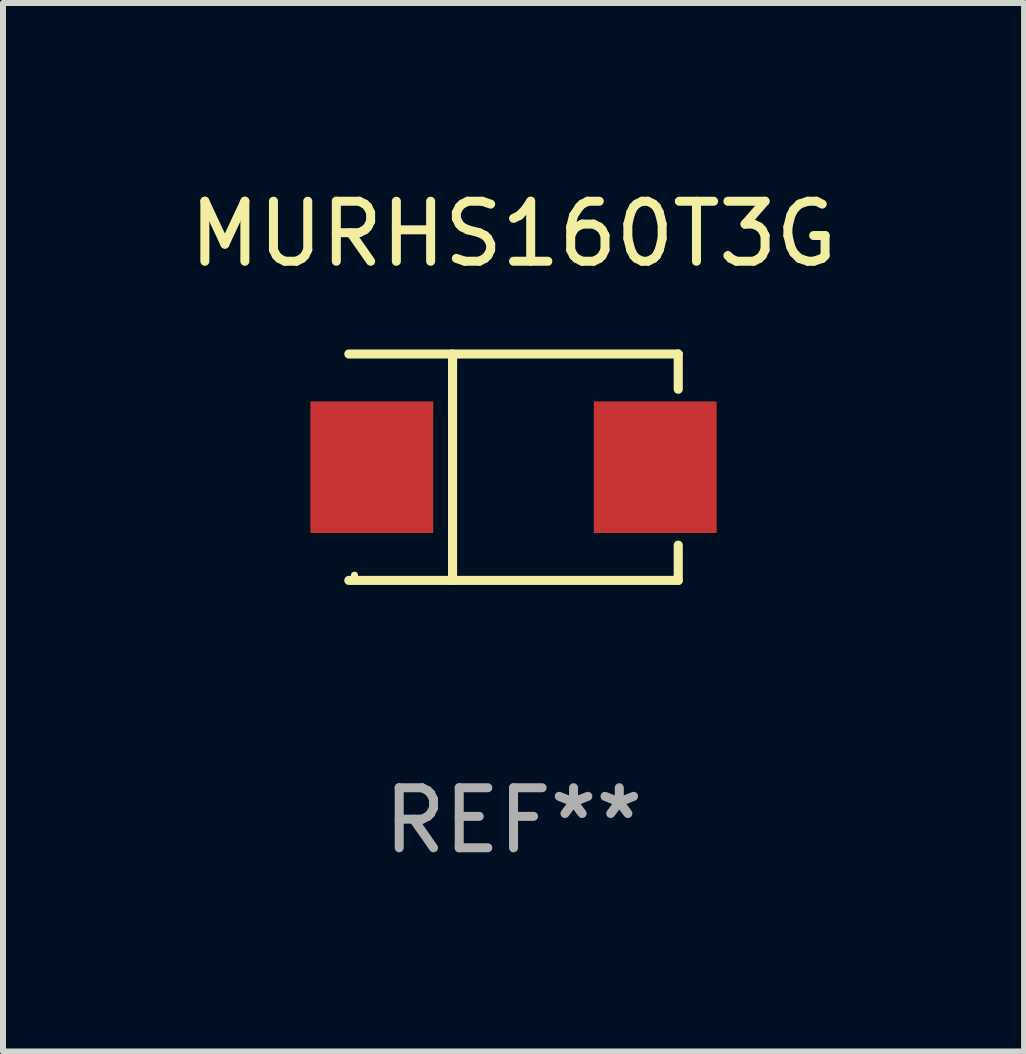
<source format=kicad_pcb>
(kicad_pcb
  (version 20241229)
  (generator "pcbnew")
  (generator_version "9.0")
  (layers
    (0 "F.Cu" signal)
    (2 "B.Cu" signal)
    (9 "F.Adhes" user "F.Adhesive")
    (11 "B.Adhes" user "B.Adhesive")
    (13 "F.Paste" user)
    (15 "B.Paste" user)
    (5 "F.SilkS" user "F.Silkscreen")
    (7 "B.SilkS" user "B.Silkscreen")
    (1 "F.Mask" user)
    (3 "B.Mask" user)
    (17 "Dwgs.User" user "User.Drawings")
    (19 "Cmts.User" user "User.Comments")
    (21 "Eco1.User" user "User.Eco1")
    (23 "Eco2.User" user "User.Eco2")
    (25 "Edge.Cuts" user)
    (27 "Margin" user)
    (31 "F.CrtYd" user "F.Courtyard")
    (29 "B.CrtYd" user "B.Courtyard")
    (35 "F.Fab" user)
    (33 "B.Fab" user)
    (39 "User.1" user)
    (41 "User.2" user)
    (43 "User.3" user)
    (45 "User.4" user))
  (footprint "MURHS160T3G"
    (layer "F.Cu")
    (at 5.506 4.734)
    (property "Reference" "MURHS160T3G" (at 0 -3.886 0) (layer "F.SilkS") (effects (font (size 1 1) (thickness 0.15))))
    (attr through_hole)
    (fp_line (start -2.744 -1.886) (end 2.744 -1.886) (stroke (width 0.152) (type solid)) (layer "F.SilkS"))
    (fp_line (start -2.744 1.886) (end 2.744 1.886) (stroke (width 0.152) (type solid)) (layer "F.SilkS"))
    (fp_line (start -1.016 -1.886) (end -1.016 1.886) (stroke (width 0.152) (type solid)) (layer "F.SilkS"))
    (fp_line (start 2.744 -1.886) (end 2.744 -1.299) (stroke (width 0.152) (type solid)) (layer "F.SilkS"))
    (fp_line (start 2.744 1.886) (end 2.744 1.299) (stroke (width 0.152) (type solid)) (layer "F.SilkS"))
    (fp_circle (center -2.65 1.8) (end -2.62 1.8) (stroke (width 0.06) (type solid)) (fill no) (layer "F.SilkS"))
    (fp_text user "REF**" (at 0 5.886 0) (layer "F.Fab") (effects (font (size 1 1) (thickness 0.15))))
    (pad "1" smd rect (at -2.361 0) (size 2.047 2.192) (layers "F.Cu" "F.Mask" "F.Paste"))
    (pad "2" smd rect (at 2.361 0) (size 2.047 2.192) (layers "F.Cu" "F.Mask" "F.Paste")))
  (gr_rect
    (start -3 -3)
    (end 14.012 14.469)
    (stroke (width 0.1) (type default))
    (fill no)
    (layer "Edge.Cuts")))
</source>
